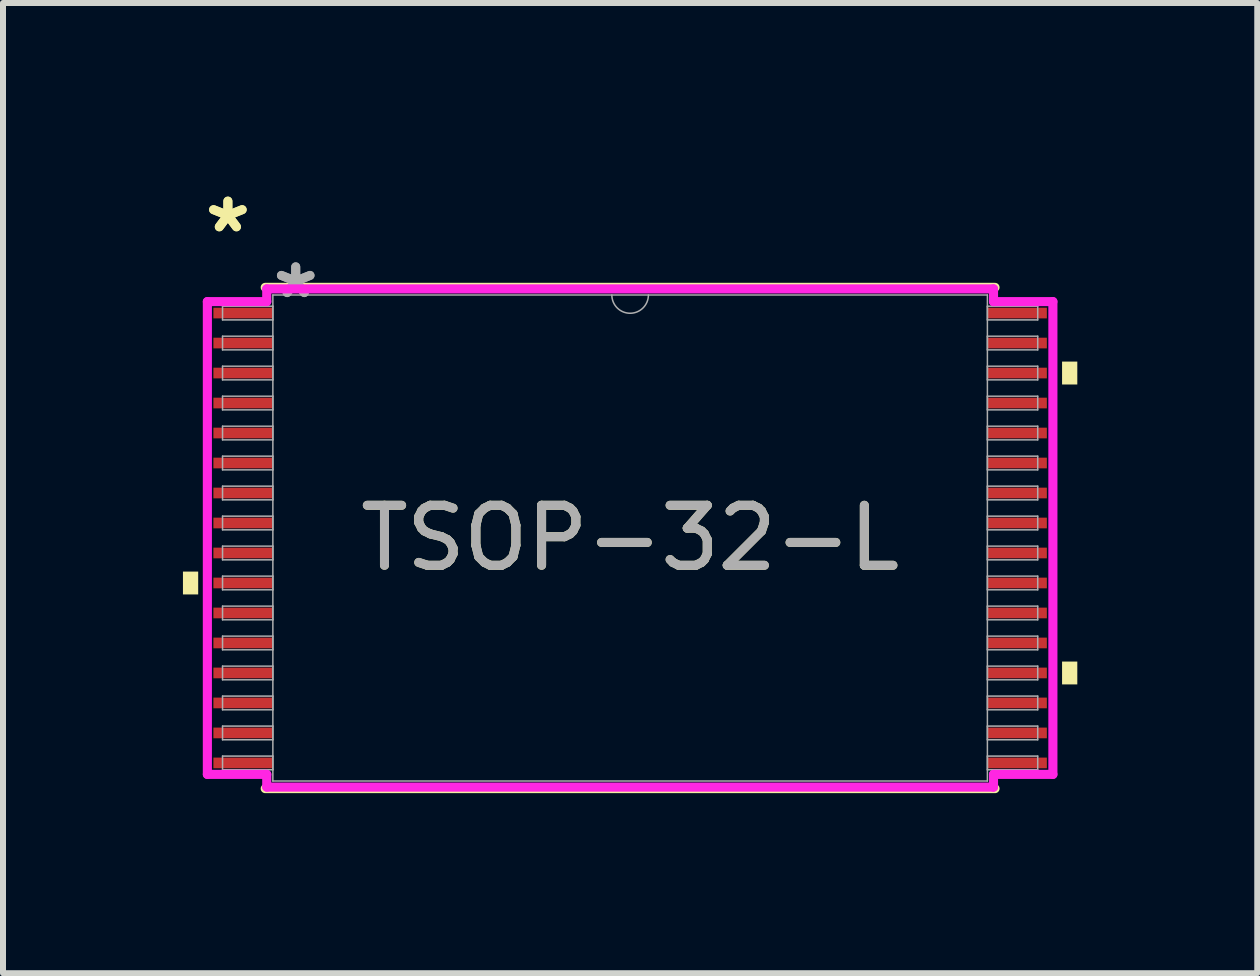
<source format=kicad_pcb>
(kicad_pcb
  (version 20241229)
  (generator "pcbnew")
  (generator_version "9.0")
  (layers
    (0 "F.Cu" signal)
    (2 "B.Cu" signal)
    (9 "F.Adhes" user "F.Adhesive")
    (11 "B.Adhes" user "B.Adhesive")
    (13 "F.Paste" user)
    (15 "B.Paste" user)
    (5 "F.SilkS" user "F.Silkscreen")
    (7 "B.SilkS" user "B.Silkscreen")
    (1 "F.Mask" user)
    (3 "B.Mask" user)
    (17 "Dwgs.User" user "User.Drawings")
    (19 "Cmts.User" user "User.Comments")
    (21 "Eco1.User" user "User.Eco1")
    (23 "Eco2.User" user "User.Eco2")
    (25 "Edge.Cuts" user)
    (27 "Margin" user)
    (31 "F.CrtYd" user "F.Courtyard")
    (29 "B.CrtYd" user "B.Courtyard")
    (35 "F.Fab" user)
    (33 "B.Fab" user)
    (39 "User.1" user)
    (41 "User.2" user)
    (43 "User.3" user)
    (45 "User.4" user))
  (footprint "TSOP-32-L"
    (layer "F.Cu")
    (at 7.455 5.919)
    (property "Reference" "TSOP-32-L" (at 0 0 0) (unlocked yes) (layer "F.SilkS") (effects (font (size 1 1) (thickness 0.15))))
    (attr smd)
    (fp_line (start -6.083 4.178) (end 6.083 4.178) (stroke (width 0.152) (type solid)) (layer "F.SilkS"))
    (fp_line (start 6.083 -4.178) (end -6.083 -4.178) (stroke (width 0.152) (type solid)) (layer "F.SilkS"))
    (fp_poly (pts (xy -7.455 0.56) (xy -7.455 0.941) (xy -7.201 0.941) (xy -7.201 0.56)) (stroke (width 0) (type solid)) (fill yes) (layer "F.SilkS"))
    (fp_poly (pts (xy 7.455 -2.941) (xy 7.455 -2.559) (xy 7.201 -2.559) (xy 7.201 -2.941)) (stroke (width 0) (type solid)) (fill yes) (layer "F.SilkS"))
    (fp_poly (pts (xy 7.455 2.06) (xy 7.455 2.441) (xy 7.201 2.441) (xy 7.201 2.06)) (stroke (width 0) (type solid)) (fill yes) (layer "F.SilkS"))
    (fp_line (start -7.048 -3.941) (end -6.058 -3.941) (stroke (width 0.152) (type solid)) (layer "F.CrtYd"))
    (fp_line (start -7.048 3.941) (end -7.048 -3.941) (stroke (width 0.152) (type solid)) (layer "F.CrtYd"))
    (fp_line (start -7.048 3.941) (end -6.058 3.941) (stroke (width 0.152) (type solid)) (layer "F.CrtYd"))
    (fp_line (start -6.058 -4.153) (end 6.058 -4.153) (stroke (width 0.152) (type solid)) (layer "F.CrtYd"))
    (fp_line (start -6.058 -3.941) (end -6.058 -4.153) (stroke (width 0.152) (type solid)) (layer "F.CrtYd"))
    (fp_line (start -6.058 4.153) (end -6.058 3.941) (stroke (width 0.152) (type solid)) (layer "F.CrtYd"))
    (fp_line (start 6.058 -4.153) (end 6.058 -3.941) (stroke (width 0.152) (type solid)) (layer "F.CrtYd"))
    (fp_line (start 6.058 3.941) (end 6.058 4.153) (stroke (width 0.152) (type solid)) (layer "F.CrtYd"))
    (fp_line (start 6.058 4.153) (end -6.058 4.153) (stroke (width 0.152) (type solid)) (layer "F.CrtYd"))
    (fp_line (start 7.048 -3.941) (end 6.058 -3.941) (stroke (width 0.152) (type solid)) (layer "F.CrtYd"))
    (fp_line (start 7.048 -3.941) (end 7.048 3.941) (stroke (width 0.152) (type solid)) (layer "F.CrtYd"))
    (fp_line (start 7.048 3.941) (end 6.058 3.941) (stroke (width 0.152) (type solid)) (layer "F.CrtYd"))
    (fp_line (start -6.795 -3.864) (end -6.795 -3.636) (stroke (width 0.025) (type solid)) (layer "F.Fab"))
    (fp_line (start -6.795 -3.636) (end -5.956 -3.636) (stroke (width 0.025) (type solid)) (layer "F.Fab"))
    (fp_line (start -6.795 -3.364) (end -6.795 -3.136) (stroke (width 0.025) (type solid)) (layer "F.Fab"))
    (fp_line (start -6.795 -3.136) (end -5.956 -3.136) (stroke (width 0.025) (type solid)) (layer "F.Fab"))
    (fp_line (start -6.795 -2.864) (end -6.795 -2.636) (stroke (width 0.025) (type solid)) (layer "F.Fab"))
    (fp_line (start -6.795 -2.636) (end -5.956 -2.636) (stroke (width 0.025) (type solid)) (layer "F.Fab"))
    (fp_line (start -6.795 -2.364) (end -6.795 -2.136) (stroke (width 0.025) (type solid)) (layer "F.Fab"))
    (fp_line (start -6.795 -2.136) (end -5.956 -2.136) (stroke (width 0.025) (type solid)) (layer "F.Fab"))
    (fp_line (start -6.795 -1.864) (end -6.795 -1.636) (stroke (width 0.025) (type solid)) (layer "F.Fab"))
    (fp_line (start -6.795 -1.636) (end -5.956 -1.636) (stroke (width 0.025) (type solid)) (layer "F.Fab"))
    (fp_line (start -6.795 -1.364) (end -6.795 -1.136) (stroke (width 0.025) (type solid)) (layer "F.Fab"))
    (fp_line (start -6.795 -1.136) (end -5.956 -1.136) (stroke (width 0.025) (type solid)) (layer "F.Fab"))
    (fp_line (start -6.795 -0.864) (end -6.795 -0.636) (stroke (width 0.025) (type solid)) (layer "F.Fab"))
    (fp_line (start -6.795 -0.636) (end -5.956 -0.636) (stroke (width 0.025) (type solid)) (layer "F.Fab"))
    (fp_line (start -6.795 -0.364) (end -6.795 -0.136) (stroke (width 0.025) (type solid)) (layer "F.Fab"))
    (fp_line (start -6.795 -0.136) (end -5.956 -0.136) (stroke (width 0.025) (type solid)) (layer "F.Fab"))
    (fp_line (start -6.795 0.136) (end -6.795 0.364) (stroke (width 0.025) (type solid)) (layer "F.Fab"))
    (fp_line (start -6.795 0.364) (end -5.956 0.364) (stroke (width 0.025) (type solid)) (layer "F.Fab"))
    (fp_line (start -6.795 0.636) (end -6.795 0.864) (stroke (width 0.025) (type solid)) (layer "F.Fab"))
    (fp_line (start -6.795 0.864) (end -5.956 0.864) (stroke (width 0.025) (type solid)) (layer "F.Fab"))
    (fp_line (start -6.795 1.136) (end -6.795 1.364) (stroke (width 0.025) (type solid)) (layer "F.Fab"))
    (fp_line (start -6.795 1.364) (end -5.956 1.364) (stroke (width 0.025) (type solid)) (layer "F.Fab"))
    (fp_line (start -6.795 1.636) (end -6.795 1.864) (stroke (width 0.025) (type solid)) (layer "F.Fab"))
    (fp_line (start -6.795 1.864) (end -5.956 1.864) (stroke (width 0.025) (type solid)) (layer "F.Fab"))
    (fp_line (start -6.795 2.136) (end -6.795 2.364) (stroke (width 0.025) (type solid)) (layer "F.Fab"))
    (fp_line (start -6.795 2.364) (end -5.956 2.364) (stroke (width 0.025) (type solid)) (layer "F.Fab"))
    (fp_line (start -6.795 2.636) (end -6.795 2.864) (stroke (width 0.025) (type solid)) (layer "F.Fab"))
    (fp_line (start -6.795 2.864) (end -5.956 2.864) (stroke (width 0.025) (type solid)) (layer "F.Fab"))
    (fp_line (start -6.795 3.136) (end -6.795 3.364) (stroke (width 0.025) (type solid)) (layer "F.Fab"))
    (fp_line (start -6.795 3.364) (end -5.956 3.364) (stroke (width 0.025) (type solid)) (layer "F.Fab"))
    (fp_line (start -6.795 3.636) (end -6.795 3.864) (stroke (width 0.025) (type solid)) (layer "F.Fab"))
    (fp_line (start -6.795 3.864) (end -5.956 3.864) (stroke (width 0.025) (type solid)) (layer "F.Fab"))
    (fp_line (start -5.956 -4.051) (end -5.956 4.051) (stroke (width 0.025) (type solid)) (layer "F.Fab"))
    (fp_line (start -5.956 -3.864) (end -6.795 -3.864) (stroke (width 0.025) (type solid)) (layer "F.Fab"))
    (fp_line (start -5.956 -3.636) (end -5.956 -3.864) (stroke (width 0.025) (type solid)) (layer "F.Fab"))
    (fp_line (start -5.956 -3.364) (end -6.795 -3.364) (stroke (width 0.025) (type solid)) (layer "F.Fab"))
    (fp_line (start -5.956 -3.136) (end -5.956 -3.364) (stroke (width 0.025) (type solid)) (layer "F.Fab"))
    (fp_line (start -5.956 -2.864) (end -6.795 -2.864) (stroke (width 0.025) (type solid)) (layer "F.Fab"))
    (fp_line (start -5.956 -2.636) (end -5.956 -2.864) (stroke (width 0.025) (type solid)) (layer "F.Fab"))
    (fp_line (start -5.956 -2.364) (end -6.795 -2.364) (stroke (width 0.025) (type solid)) (layer "F.Fab"))
    (fp_line (start -5.956 -2.136) (end -5.956 -2.364) (stroke (width 0.025) (type solid)) (layer "F.Fab"))
    (fp_line (start -5.956 -1.864) (end -6.795 -1.864) (stroke (width 0.025) (type solid)) (layer "F.Fab"))
    (fp_line (start -5.956 -1.636) (end -5.956 -1.864) (stroke (width 0.025) (type solid)) (layer "F.Fab"))
    (fp_line (start -5.956 -1.364) (end -6.795 -1.364) (stroke (width 0.025) (type solid)) (layer "F.Fab"))
    (fp_line (start -5.956 -1.136) (end -5.956 -1.364) (stroke (width 0.025) (type solid)) (layer "F.Fab"))
    (fp_line (start -5.956 -0.864) (end -6.795 -0.864) (stroke (width 0.025) (type solid)) (layer "F.Fab"))
    (fp_line (start -5.956 -0.636) (end -5.956 -0.864) (stroke (width 0.025) (type solid)) (layer "F.Fab"))
    (fp_line (start -5.956 -0.364) (end -6.795 -0.364) (stroke (width 0.025) (type solid)) (layer "F.Fab"))
    (fp_line (start -5.956 -0.136) (end -5.956 -0.364) (stroke (width 0.025) (type solid)) (layer "F.Fab"))
    (fp_line (start -5.956 0.136) (end -6.795 0.136) (stroke (width 0.025) (type solid)) (layer "F.Fab"))
    (fp_line (start -5.956 0.364) (end -5.956 0.136) (stroke (width 0.025) (type solid)) (layer "F.Fab"))
    (fp_line (start -5.956 0.636) (end -6.795 0.636) (stroke (width 0.025) (type solid)) (layer "F.Fab"))
    (fp_line (start -5.956 0.864) (end -5.956 0.636) (stroke (width 0.025) (type solid)) (layer "F.Fab"))
    (fp_line (start -5.956 1.136) (end -6.795 1.136) (stroke (width 0.025) (type solid)) (layer "F.Fab"))
    (fp_line (start -5.956 1.364) (end -5.956 1.136) (stroke (width 0.025) (type solid)) (layer "F.Fab"))
    (fp_line (start -5.956 1.636) (end -6.795 1.636) (stroke (width 0.025) (type solid)) (layer "F.Fab"))
    (fp_line (start -5.956 1.864) (end -5.956 1.636) (stroke (width 0.025) (type solid)) (layer "F.Fab"))
    (fp_line (start -5.956 2.136) (end -6.795 2.136) (stroke (width 0.025) (type solid)) (layer "F.Fab"))
    (fp_line (start -5.956 2.364) (end -5.956 2.136) (stroke (width 0.025) (type solid)) (layer "F.Fab"))
    (fp_line (start -5.956 2.636) (end -6.795 2.636) (stroke (width 0.025) (type solid)) (layer "F.Fab"))
    (fp_line (start -5.956 2.864) (end -5.956 2.636) (stroke (width 0.025) (type solid)) (layer "F.Fab"))
    (fp_line (start -5.956 3.136) (end -6.795 3.136) (stroke (width 0.025) (type solid)) (layer "F.Fab"))
    (fp_line (start -5.956 3.364) (end -5.956 3.136) (stroke (width 0.025) (type solid)) (layer "F.Fab"))
    (fp_line (start -5.956 3.636) (end -6.795 3.636) (stroke (width 0.025) (type solid)) (layer "F.Fab"))
    (fp_line (start -5.956 3.864) (end -5.956 3.636) (stroke (width 0.025) (type solid)) (layer "F.Fab"))
    (fp_line (start -5.956 4.051) (end 5.956 4.051) (stroke (width 0.025) (type solid)) (layer "F.Fab"))
    (fp_line (start 5.956 -4.051) (end -5.956 -4.051) (stroke (width 0.025) (type solid)) (layer "F.Fab"))
    (fp_line (start 5.956 -3.864) (end 5.956 -3.636) (stroke (width 0.025) (type solid)) (layer "F.Fab"))
    (fp_line (start 5.956 -3.636) (end 6.795 -3.636) (stroke (width 0.025) (type solid)) (layer "F.Fab"))
    (fp_line (start 5.956 -3.364) (end 5.956 -3.136) (stroke (width 0.025) (type solid)) (layer "F.Fab"))
    (fp_line (start 5.956 -3.136) (end 6.795 -3.136) (stroke (width 0.025) (type solid)) (layer "F.Fab"))
    (fp_line (start 5.956 -2.864) (end 5.956 -2.636) (stroke (width 0.025) (type solid)) (layer "F.Fab"))
    (fp_line (start 5.956 -2.636) (end 6.795 -2.636) (stroke (width 0.025) (type solid)) (layer "F.Fab"))
    (fp_line (start 5.956 -2.364) (end 5.956 -2.136) (stroke (width 0.025) (type solid)) (layer "F.Fab"))
    (fp_line (start 5.956 -2.136) (end 6.795 -2.136) (stroke (width 0.025) (type solid)) (layer "F.Fab"))
    (fp_line (start 5.956 -1.864) (end 5.956 -1.636) (stroke (width 0.025) (type solid)) (layer "F.Fab"))
    (fp_line (start 5.956 -1.636) (end 6.795 -1.636) (stroke (width 0.025) (type solid)) (layer "F.Fab"))
    (fp_line (start 5.956 -1.364) (end 5.956 -1.136) (stroke (width 0.025) (type solid)) (layer "F.Fab"))
    (fp_line (start 5.956 -1.136) (end 6.795 -1.136) (stroke (width 0.025) (type solid)) (layer "F.Fab"))
    (fp_line (start 5.956 -0.864) (end 5.956 -0.636) (stroke (width 0.025) (type solid)) (layer "F.Fab"))
    (fp_line (start 5.956 -0.636) (end 6.795 -0.636) (stroke (width 0.025) (type solid)) (layer "F.Fab"))
    (fp_line (start 5.956 -0.364) (end 5.956 -0.136) (stroke (width 0.025) (type solid)) (layer "F.Fab"))
    (fp_line (start 5.956 -0.136) (end 6.795 -0.136) (stroke (width 0.025) (type solid)) (layer "F.Fab"))
    (fp_line (start 5.956 0.136) (end 5.956 0.364) (stroke (width 0.025) (type solid)) (layer "F.Fab"))
    (fp_line (start 5.956 0.364) (end 6.795 0.364) (stroke (width 0.025) (type solid)) (layer "F.Fab"))
    (fp_line (start 5.956 0.636) (end 5.956 0.864) (stroke (width 0.025) (type solid)) (layer "F.Fab"))
    (fp_line (start 5.956 0.864) (end 6.795 0.864) (stroke (width 0.025) (type solid)) (layer "F.Fab"))
    (fp_line (start 5.956 1.136) (end 5.956 1.364) (stroke (width 0.025) (type solid)) (layer "F.Fab"))
    (fp_line (start 5.956 1.364) (end 6.795 1.364) (stroke (width 0.025) (type solid)) (layer "F.Fab"))
    (fp_line (start 5.956 1.636) (end 5.956 1.864) (stroke (width 0.025) (type solid)) (layer "F.Fab"))
    (fp_line (start 5.956 1.864) (end 6.795 1.864) (stroke (width 0.025) (type solid)) (layer "F.Fab"))
    (fp_line (start 5.956 2.136) (end 5.956 2.364) (stroke (width 0.025) (type solid)) (layer "F.Fab"))
    (fp_line (start 5.956 2.364) (end 6.795 2.364) (stroke (width 0.025) (type solid)) (layer "F.Fab"))
    (fp_line (start 5.956 2.636) (end 5.956 2.864) (stroke (width 0.025) (type solid)) (layer "F.Fab"))
    (fp_line (start 5.956 2.864) (end 6.795 2.864) (stroke (width 0.025) (type solid)) (layer "F.Fab"))
    (fp_line (start 5.956 3.136) (end 5.956 3.364) (stroke (width 0.025) (type solid)) (layer "F.Fab"))
    (fp_line (start 5.956 3.364) (end 6.795 3.364) (stroke (width 0.025) (type solid)) (layer "F.Fab"))
    (fp_line (start 5.956 3.636) (end 5.956 3.864) (stroke (width 0.025) (type solid)) (layer "F.Fab"))
    (fp_line (start 5.956 3.864) (end 6.795 3.864) (stroke (width 0.025) (type solid)) (layer "F.Fab"))
    (fp_line (start 5.956 4.051) (end 5.956 -4.051) (stroke (width 0.025) (type solid)) (layer "F.Fab"))
    (fp_line (start 6.795 -3.864) (end 5.956 -3.864) (stroke (width 0.025) (type solid)) (layer "F.Fab"))
    (fp_line (start 6.795 -3.636) (end 6.795 -3.864) (stroke (width 0.025) (type solid)) (layer "F.Fab"))
    (fp_line (start 6.795 -3.364) (end 5.956 -3.364) (stroke (width 0.025) (type solid)) (layer "F.Fab"))
    (fp_line (start 6.795 -3.136) (end 6.795 -3.364) (stroke (width 0.025) (type solid)) (layer "F.Fab"))
    (fp_line (start 6.795 -2.864) (end 5.956 -2.864) (stroke (width 0.025) (type solid)) (layer "F.Fab"))
    (fp_line (start 6.795 -2.636) (end 6.795 -2.864) (stroke (width 0.025) (type solid)) (layer "F.Fab"))
    (fp_line (start 6.795 -2.364) (end 5.956 -2.364) (stroke (width 0.025) (type solid)) (layer "F.Fab"))
    (fp_line (start 6.795 -2.136) (end 6.795 -2.364) (stroke (width 0.025) (type solid)) (layer "F.Fab"))
    (fp_line (start 6.795 -1.864) (end 5.956 -1.864) (stroke (width 0.025) (type solid)) (layer "F.Fab"))
    (fp_line (start 6.795 -1.636) (end 6.795 -1.864) (stroke (width 0.025) (type solid)) (layer "F.Fab"))
    (fp_line (start 6.795 -1.364) (end 5.956 -1.364) (stroke (width 0.025) (type solid)) (layer "F.Fab"))
    (fp_line (start 6.795 -1.136) (end 6.795 -1.364) (stroke (width 0.025) (type solid)) (layer "F.Fab"))
    (fp_line (start 6.795 -0.864) (end 5.956 -0.864) (stroke (width 0.025) (type solid)) (layer "F.Fab"))
    (fp_line (start 6.795 -0.636) (end 6.795 -0.864) (stroke (width 0.025) (type solid)) (layer "F.Fab"))
    (fp_line (start 6.795 -0.364) (end 5.956 -0.364) (stroke (width 0.025) (type solid)) (layer "F.Fab"))
    (fp_line (start 6.795 -0.136) (end 6.795 -0.364) (stroke (width 0.025) (type solid)) (layer "F.Fab"))
    (fp_line (start 6.795 0.136) (end 5.956 0.136) (stroke (width 0.025) (type solid)) (layer "F.Fab"))
    (fp_line (start 6.795 0.364) (end 6.795 0.136) (stroke (width 0.025) (type solid)) (layer "F.Fab"))
    (fp_line (start 6.795 0.636) (end 5.956 0.636) (stroke (width 0.025) (type solid)) (layer "F.Fab"))
    (fp_line (start 6.795 0.864) (end 6.795 0.636) (stroke (width 0.025) (type solid)) (layer "F.Fab"))
    (fp_line (start 6.795 1.136) (end 5.956 1.136) (stroke (width 0.025) (type solid)) (layer "F.Fab"))
    (fp_line (start 6.795 1.364) (end 6.795 1.136) (stroke (width 0.025) (type solid)) (layer "F.Fab"))
    (fp_line (start 6.795 1.636) (end 5.956 1.636) (stroke (width 0.025) (type solid)) (layer "F.Fab"))
    (fp_line (start 6.795 1.864) (end 6.795 1.636) (stroke (width 0.025) (type solid)) (layer "F.Fab"))
    (fp_line (start 6.795 2.136) (end 5.956 2.136) (stroke (width 0.025) (type solid)) (layer "F.Fab"))
    (fp_line (start 6.795 2.364) (end 6.795 2.136) (stroke (width 0.025) (type solid)) (layer "F.Fab"))
    (fp_line (start 6.795 2.636) (end 5.956 2.636) (stroke (width 0.025) (type solid)) (layer "F.Fab"))
    (fp_line (start 6.795 2.864) (end 6.795 2.636) (stroke (width 0.025) (type solid)) (layer "F.Fab"))
    (fp_line (start 6.795 3.136) (end 5.956 3.136) (stroke (width 0.025) (type solid)) (layer "F.Fab"))
    (fp_line (start 6.795 3.364) (end 6.795 3.136) (stroke (width 0.025) (type solid)) (layer "F.Fab"))
    (fp_line (start 6.795 3.636) (end 5.956 3.636) (stroke (width 0.025) (type solid)) (layer "F.Fab"))
    (fp_line (start 6.795 3.864) (end 6.795 3.636) (stroke (width 0.025) (type solid)) (layer "F.Fab"))
    (fp_arc (start 0.3048 -4.0513) (mid 0 -3.7465) (end -0.3048 -4.0513) (stroke (width 0.0254) (type solid)) (layer "F.Fab"))
    (fp_text user "*" (at -6.706 -5.071 0) (layer "F.SilkS") (effects (font (size 1 1) (thickness 0.15))))
    (fp_text user "*" (at -6.706 -5.071 0) (unlocked yes) (layer "F.SilkS") (effects (font (size 1 1) (thickness 0.15))))
    (fp_text user "*" (at -5.575 -3.975 0) (unlocked yes) (layer "F.Fab") (effects (font (size 1 1) (thickness 0.15))))
    (fp_text user "*" (at -5.575 -3.975 0) (layer "F.Fab") (effects (font (size 1 1) (thickness 0.15))))
    (fp_text user "${REFERENCE}" (at 0 0 0) (unlocked yes) (layer "F.Fab") (effects (font (size 1 1) (thickness 0.15))))
    (pad "1" smd rect (at -6.452 -3.75) (size 0.991 0.178) (layers "F.Cu" "F.Mask" "F.Paste"))
    (pad "2" smd rect (at -6.452 -3.25) (size 0.991 0.178) (layers "F.Cu" "F.Mask" "F.Paste"))
    (pad "3" smd rect (at -6.452 -2.75) (size 0.991 0.178) (layers "F.Cu" "F.Mask" "F.Paste"))
    (pad "4" smd rect (at -6.452 -2.25) (size 0.991 0.178) (layers "F.Cu" "F.Mask" "F.Paste"))
    (pad "5" smd rect (at -6.452 -1.75) (size 0.991 0.178) (layers "F.Cu" "F.Mask" "F.Paste"))
    (pad "6" smd rect (at -6.452 -1.25) (size 0.991 0.178) (layers "F.Cu" "F.Mask" "F.Paste"))
    (pad "7" smd rect (at -6.452 -0.75) (size 0.991 0.178) (layers "F.Cu" "F.Mask" "F.Paste"))
    (pad "8" smd rect (at -6.452 -0.25) (size 0.991 0.178) (layers "F.Cu" "F.Mask" "F.Paste"))
    (pad "9" smd rect (at -6.452 0.25) (size 0.991 0.178) (layers "F.Cu" "F.Mask" "F.Paste"))
    (pad "10" smd rect (at -6.452 0.75) (size 0.991 0.178) (layers "F.Cu" "F.Mask" "F.Paste"))
    (pad "11" smd rect (at -6.452 1.25) (size 0.991 0.178) (layers "F.Cu" "F.Mask" "F.Paste"))
    (pad "12" smd rect (at -6.452 1.75) (size 0.991 0.178) (layers "F.Cu" "F.Mask" "F.Paste"))
    (pad "13" smd rect (at -6.452 2.25) (size 0.991 0.178) (layers "F.Cu" "F.Mask" "F.Paste"))
    (pad "14" smd rect (at -6.452 2.75) (size 0.991 0.178) (layers "F.Cu" "F.Mask" "F.Paste"))
    (pad "15" smd rect (at -6.452 3.25) (size 0.991 0.178) (layers "F.Cu" "F.Mask" "F.Paste"))
    (pad "16" smd rect (at -6.452 3.75) (size 0.991 0.178) (layers "F.Cu" "F.Mask" "F.Paste"))
    (pad "17" smd rect (at 6.452 3.75) (size 0.991 0.178) (layers "F.Cu" "F.Mask" "F.Paste"))
    (pad "18" smd rect (at 6.452 3.25) (size 0.991 0.178) (layers "F.Cu" "F.Mask" "F.Paste"))
    (pad "19" smd rect (at 6.452 2.75) (size 0.991 0.178) (layers "F.Cu" "F.Mask" "F.Paste"))
    (pad "20" smd rect (at 6.452 2.25) (size 0.991 0.178) (layers "F.Cu" "F.Mask" "F.Paste"))
    (pad "21" smd rect (at 6.452 1.75) (size 0.991 0.178) (layers "F.Cu" "F.Mask" "F.Paste"))
    (pad "22" smd rect (at 6.452 1.25) (size 0.991 0.178) (layers "F.Cu" "F.Mask" "F.Paste"))
    (pad "23" smd rect (at 6.452 0.75) (size 0.991 0.178) (layers "F.Cu" "F.Mask" "F.Paste"))
    (pad "24" smd rect (at 6.452 0.25) (size 0.991 0.178) (layers "F.Cu" "F.Mask" "F.Paste"))
    (pad "25" smd rect (at 6.452 -0.25) (size 0.991 0.178) (layers "F.Cu" "F.Mask" "F.Paste"))
    (pad "26" smd rect (at 6.452 -0.75) (size 0.991 0.178) (layers "F.Cu" "F.Mask" "F.Paste"))
    (pad "27" smd rect (at 6.452 -1.25) (size 0.991 0.178) (layers "F.Cu" "F.Mask" "F.Paste"))
    (pad "28" smd rect (at 6.452 -1.75) (size 0.991 0.178) (layers "F.Cu" "F.Mask" "F.Paste"))
    (pad "29" smd rect (at 6.452 -2.25) (size 0.991 0.178) (layers "F.Cu" "F.Mask" "F.Paste"))
    (pad "30" smd rect (at 6.452 -2.75) (size 0.991 0.178) (layers "F.Cu" "F.Mask" "F.Paste"))
    (pad "31" smd rect (at 6.452 -3.25) (size 0.991 0.178) (layers "F.Cu" "F.Mask" "F.Paste"))
    (pad "32" smd rect (at 6.452 -3.75) (size 0.991 0.178) (layers "F.Cu" "F.Mask" "F.Paste")))
  (gr_rect
    (start -3 -3)
    (end 17.91 13.174)
    (stroke (width 0.1) (type default))
    (fill no)
    (layer "Edge.Cuts")))
</source>
